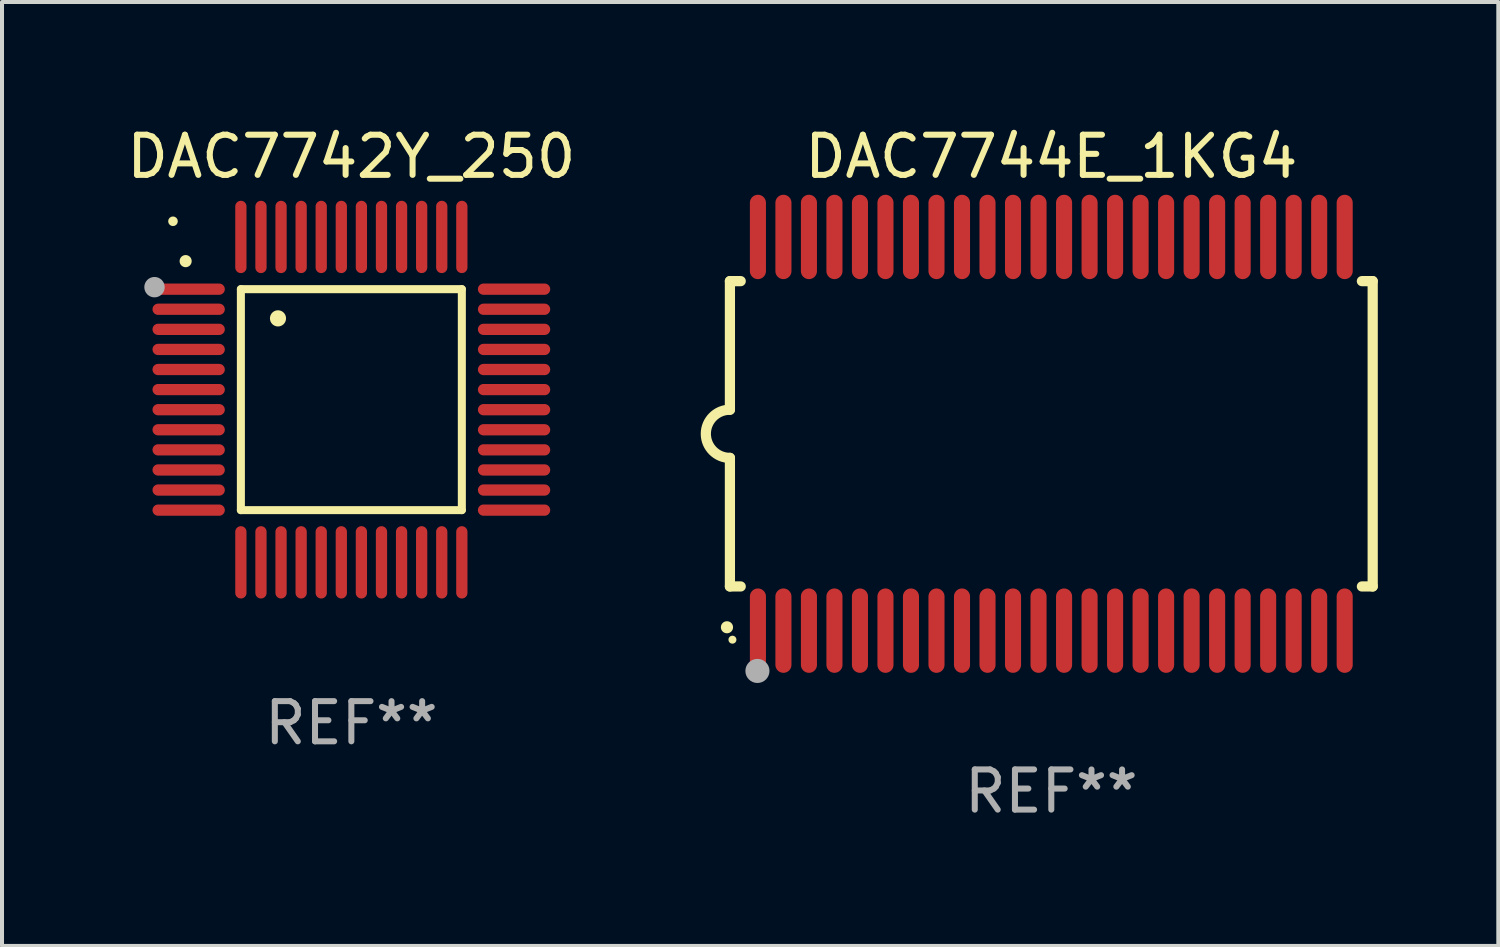
<source format=kicad_pcb>
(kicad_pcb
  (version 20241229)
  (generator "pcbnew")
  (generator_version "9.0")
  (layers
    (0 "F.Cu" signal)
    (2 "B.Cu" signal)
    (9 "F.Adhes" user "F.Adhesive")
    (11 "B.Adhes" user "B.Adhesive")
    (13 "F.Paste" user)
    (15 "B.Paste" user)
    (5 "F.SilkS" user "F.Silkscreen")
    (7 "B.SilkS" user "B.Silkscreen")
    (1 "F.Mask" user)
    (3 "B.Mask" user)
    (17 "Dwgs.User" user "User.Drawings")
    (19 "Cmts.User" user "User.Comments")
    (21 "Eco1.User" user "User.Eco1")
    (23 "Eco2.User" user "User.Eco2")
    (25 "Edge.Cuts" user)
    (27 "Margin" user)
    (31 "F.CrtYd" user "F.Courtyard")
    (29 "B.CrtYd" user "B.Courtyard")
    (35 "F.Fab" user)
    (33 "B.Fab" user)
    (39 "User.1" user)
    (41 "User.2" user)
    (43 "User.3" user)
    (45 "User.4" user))
  (footprint "DAC7744E_1KG4"
    (layer "F.Cu")
    (at 23.119 7.748)
    (property "Reference" "DAC7744E_1KG4" (at 0 -6.9 0) (layer "F.SilkS") (effects (font (size 1 1) (thickness 0.15))))
    (attr through_hole)
    (fp_line (start -8 -3.8) (end -8 -0.599) (stroke (width 0.254) (type solid)) (layer "F.SilkS"))
    (fp_line (start -8 -3.8) (end -7.731 -3.8) (stroke (width 0.254) (type solid)) (layer "F.SilkS"))
    (fp_line (start -8 3.8) (end -8 0.599) (stroke (width 0.254) (type solid)) (layer "F.SilkS"))
    (fp_line (start -7.731 3.8) (end -8 3.8) (stroke (width 0.254) (type solid)) (layer "F.SilkS"))
    (fp_line (start 7.731 -3.8) (end 8 -3.8) (stroke (width 0.254) (type solid)) (layer "F.SilkS"))
    (fp_line (start 8 -3.8) (end 8 3.8) (stroke (width 0.254) (type solid)) (layer "F.SilkS"))
    (fp_line (start 8 3.8) (end 7.731 3.8) (stroke (width 0.254) (type solid)) (layer "F.SilkS"))
    (fp_arc (start -8.074676 4.81585) (mid -8.073406 4.815845) (end -8.072136 4.81585) (stroke (width 0.3) (type solid)) (layer "F.SilkS"))
    (fp_arc (start -8.000025 0.6) (mid -8.598908 0.00056) (end -8.000027 -0.598882) (stroke (width 0.254001) (type solid)) (layer "F.SilkS"))
    (fp_circle (center -7.937 5.125) (end -7.887 5.125) (stroke (width 0.1) (type solid)) (fill no) (layer "F.SilkS"))
    (fp_circle (center -7.315 5.903) (end -7.165 5.903) (stroke (width 0.3) (type solid)) (fill no) (layer "F.Fab"))
    (fp_text user "REF**" (at 0 8.9 0) (layer "F.Fab") (effects (font (size 1 1) (thickness 0.15))))
    (pad "1" smd oval (at -7.303 4.9) (size 0.4 2.1) (layers "F.Cu" "F.Mask" "F.Paste"))
    (pad "2" smd oval (at -6.668 4.9) (size 0.4 2.1) (layers "F.Cu" "F.Mask" "F.Paste"))
    (pad "3" smd oval (at -6.033 4.9) (size 0.4 2.1) (layers "F.Cu" "F.Mask" "F.Paste"))
    (pad "4" smd oval (at -5.398 4.9) (size 0.4 2.1) (layers "F.Cu" "F.Mask" "F.Paste"))
    (pad "5" smd oval (at -4.763 4.9) (size 0.4 2.1) (layers "F.Cu" "F.Mask" "F.Paste"))
    (pad "6" smd oval (at -4.128 4.9) (size 0.4 2.1) (layers "F.Cu" "F.Mask" "F.Paste"))
    (pad "7" smd oval (at -3.493 4.9) (size 0.4 2.1) (layers "F.Cu" "F.Mask" "F.Paste"))
    (pad "8" smd oval (at -2.858 4.9) (size 0.4 2.1) (layers "F.Cu" "F.Mask" "F.Paste"))
    (pad "9" smd oval (at -2.223 4.9) (size 0.4 2.1) (layers "F.Cu" "F.Mask" "F.Paste"))
    (pad "10" smd oval (at -1.588 4.9) (size 0.4 2.1) (layers "F.Cu" "F.Mask" "F.Paste"))
    (pad "11" smd oval (at -0.953 4.9) (size 0.4 2.1) (layers "F.Cu" "F.Mask" "F.Paste"))
    (pad "12" smd oval (at -0.318 4.9) (size 0.4 2.1) (layers "F.Cu" "F.Mask" "F.Paste"))
    (pad "13" smd oval (at 0.318 4.9) (size 0.4 2.1) (layers "F.Cu" "F.Mask" "F.Paste"))
    (pad "14" smd oval (at 0.953 4.9) (size 0.4 2.1) (layers "F.Cu" "F.Mask" "F.Paste"))
    (pad "15" smd oval (at 1.588 4.9) (size 0.4 2.1) (layers "F.Cu" "F.Mask" "F.Paste"))
    (pad "16" smd oval (at 2.223 4.9) (size 0.4 2.1) (layers "F.Cu" "F.Mask" "F.Paste"))
    (pad "17" smd oval (at 2.858 4.9) (size 0.4 2.1) (layers "F.Cu" "F.Mask" "F.Paste"))
    (pad "18" smd oval (at 3.493 4.9) (size 0.4 2.1) (layers "F.Cu" "F.Mask" "F.Paste"))
    (pad "19" smd oval (at 4.128 4.9) (size 0.4 2.1) (layers "F.Cu" "F.Mask" "F.Paste"))
    (pad "20" smd oval (at 4.763 4.9) (size 0.4 2.1) (layers "F.Cu" "F.Mask" "F.Paste"))
    (pad "21" smd oval (at 5.398 4.9) (size 0.4 2.1) (layers "F.Cu" "F.Mask" "F.Paste"))
    (pad "22" smd oval (at 6.033 4.9) (size 0.4 2.1) (layers "F.Cu" "F.Mask" "F.Paste"))
    (pad "23" smd oval (at 6.668 4.9) (size 0.4 2.1) (layers "F.Cu" "F.Mask" "F.Paste"))
    (pad "24" smd oval (at 7.303 4.9) (size 0.4 2.1) (layers "F.Cu" "F.Mask" "F.Paste"))
    (pad "25" smd oval (at 7.303 -4.9 180) (size 0.4 2.1) (layers "F.Cu" "F.Mask" "F.Paste"))
    (pad "26" smd oval (at 6.668 -4.9 180) (size 0.4 2.1) (layers "F.Cu" "F.Mask" "F.Paste"))
    (pad "27" smd oval (at 6.033 -4.9 180) (size 0.4 2.1) (layers "F.Cu" "F.Mask" "F.Paste"))
    (pad "28" smd oval (at 5.398 -4.9 180) (size 0.4 2.1) (layers "F.Cu" "F.Mask" "F.Paste"))
    (pad "29" smd oval (at 4.763 -4.9 180) (size 0.4 2.1) (layers "F.Cu" "F.Mask" "F.Paste"))
    (pad "30" smd oval (at 4.128 -4.9 180) (size 0.4 2.1) (layers "F.Cu" "F.Mask" "F.Paste"))
    (pad "31" smd oval (at 3.493 -4.9 180) (size 0.4 2.1) (layers "F.Cu" "F.Mask" "F.Paste"))
    (pad "32" smd oval (at 2.858 -4.9 180) (size 0.4 2.1) (layers "F.Cu" "F.Mask" "F.Paste"))
    (pad "33" smd oval (at 2.223 -4.9 180) (size 0.4 2.1) (layers "F.Cu" "F.Mask" "F.Paste"))
    (pad "34" smd oval (at 1.588 -4.9 180) (size 0.4 2.1) (layers "F.Cu" "F.Mask" "F.Paste"))
    (pad "35" smd oval (at 0.953 -4.9 180) (size 0.4 2.1) (layers "F.Cu" "F.Mask" "F.Paste"))
    (pad "36" smd oval (at 0.318 -4.9 180) (size 0.4 2.1) (layers "F.Cu" "F.Mask" "F.Paste"))
    (pad "37" smd oval (at -0.318 -4.9 180) (size 0.4 2.1) (layers "F.Cu" "F.Mask" "F.Paste"))
    (pad "38" smd oval (at -0.953 -4.9 180) (size 0.4 2.1) (layers "F.Cu" "F.Mask" "F.Paste"))
    (pad "39" smd oval (at -1.588 -4.9 180) (size 0.4 2.1) (layers "F.Cu" "F.Mask" "F.Paste"))
    (pad "40" smd oval (at -2.223 -4.9 180) (size 0.4 2.1) (layers "F.Cu" "F.Mask" "F.Paste"))
    (pad "41" smd oval (at -2.858 -4.9 180) (size 0.4 2.1) (layers "F.Cu" "F.Mask" "F.Paste"))
    (pad "42" smd oval (at -3.493 -4.9 180) (size 0.4 2.1) (layers "F.Cu" "F.Mask" "F.Paste"))
    (pad "43" smd oval (at -4.128 -4.9 180) (size 0.4 2.1) (layers "F.Cu" "F.Mask" "F.Paste"))
    (pad "44" smd oval (at -4.763 -4.9 180) (size 0.4 2.1) (layers "F.Cu" "F.Mask" "F.Paste"))
    (pad "45" smd oval (at -5.398 -4.9 180) (size 0.4 2.1) (layers "F.Cu" "F.Mask" "F.Paste"))
    (pad "46" smd oval (at -6.033 -4.9 180) (size 0.4 2.1) (layers "F.Cu" "F.Mask" "F.Paste"))
    (pad "47" smd oval (at -6.668 -4.9 180) (size 0.4 2.1) (layers "F.Cu" "F.Mask" "F.Paste"))
    (pad "48" smd oval (at -7.303 -4.9 180) (size 0.4 2.1) (layers "F.Cu" "F.Mask" "F.Paste")))
  (footprint "DAC7742Y_250"
    (layer "F.Cu")
    (at 5.696 6.898)
    (property "Reference" "DAC7742Y_250" (at 0 -6.05 0) (layer "F.SilkS") (effects (font (size 1 1) (thickness 0.15))))
    (attr through_hole)
    (fp_line (start -2.75 -2.75) (end 2.75 -2.75) (stroke (width 0.2) (type solid)) (layer "F.SilkS"))
    (fp_line (start -2.75 2.75) (end -2.75 -2.75) (stroke (width 0.2) (type solid)) (layer "F.SilkS"))
    (fp_line (start 2.75 -2.75) (end 2.75 2.75) (stroke (width 0.2) (type solid)) (layer "F.SilkS"))
    (fp_line (start 2.75 2.75) (end -2.75 2.75) (stroke (width 0.2) (type solid)) (layer "F.SilkS"))
    (fp_arc (start -4.124968 -3.446787) (mid -4.124973 -3.448057) (end -4.124968 -3.449327) (stroke (width 0.3) (type solid)) (layer "F.SilkS"))
    (fp_arc (start -1.826264 -2.021844) (mid -1.826268 -2.023114) (end -1.826264 -2.024384) (stroke (width 0.4) (type solid)) (layer "F.SilkS"))
    (fp_circle (center -4.44 -4.44) (end -4.38 -4.44) (stroke (width 0.12) (type solid)) (fill no) (layer "F.SilkS"))
    (fp_circle (center -4.9 -2.8) (end -4.773 -2.8) (stroke (width 0.254) (type solid)) (fill no) (layer "F.Fab"))
    (fp_text user "REF**" (at 0 8.05 0) (layer "F.Fab") (effects (font (size 1 1) (thickness 0.15))))
    (pad "1" smd oval (at -4.05 -2.75 90) (size 0.28 1.8) (layers "F.Cu" "F.Mask" "F.Paste"))
    (pad "2" smd oval (at -4.05 -2.25 90) (size 0.28 1.8) (layers "F.Cu" "F.Mask" "F.Paste"))
    (pad "3" smd oval (at -4.05 -1.75 90) (size 0.28 1.8) (layers "F.Cu" "F.Mask" "F.Paste"))
    (pad "4" smd oval (at -4.05 -1.25 90) (size 0.28 1.8) (layers "F.Cu" "F.Mask" "F.Paste"))
    (pad "5" smd oval (at -4.05 -0.75 90) (size 0.28 1.8) (layers "F.Cu" "F.Mask" "F.Paste"))
    (pad "6" smd oval (at -4.05 -0.25 90) (size 0.28 1.8) (layers "F.Cu" "F.Mask" "F.Paste"))
    (pad "7" smd oval (at -4.05 0.25 90) (size 0.28 1.8) (layers "F.Cu" "F.Mask" "F.Paste"))
    (pad "8" smd oval (at -4.05 0.75 90) (size 0.28 1.8) (layers "F.Cu" "F.Mask" "F.Paste"))
    (pad "9" smd oval (at -4.05 1.25 90) (size 0.28 1.8) (layers "F.Cu" "F.Mask" "F.Paste"))
    (pad "10" smd oval (at -4.05 1.75 90) (size 0.28 1.8) (layers "F.Cu" "F.Mask" "F.Paste"))
    (pad "11" smd oval (at -4.05 2.25 90) (size 0.28 1.8) (layers "F.Cu" "F.Mask" "F.Paste"))
    (pad "12" smd oval (at -4.05 2.75 90) (size 0.28 1.8) (layers "F.Cu" "F.Mask" "F.Paste"))
    (pad "13" smd oval (at -2.75 4.05) (size 0.28 1.8) (layers "F.Cu" "F.Mask" "F.Paste"))
    (pad "14" smd oval (at -2.25 4.05) (size 0.28 1.8) (layers "F.Cu" "F.Mask" "F.Paste"))
    (pad "15" smd oval (at -1.75 4.05) (size 0.28 1.8) (layers "F.Cu" "F.Mask" "F.Paste"))
    (pad "16" smd oval (at -1.25 4.05) (size 0.28 1.8) (layers "F.Cu" "F.Mask" "F.Paste"))
    (pad "17" smd oval (at -0.75 4.05) (size 0.28 1.8) (layers "F.Cu" "F.Mask" "F.Paste"))
    (pad "18" smd oval (at -0.25 4.05) (size 0.28 1.8) (layers "F.Cu" "F.Mask" "F.Paste"))
    (pad "19" smd oval (at 0.25 4.05) (size 0.28 1.8) (layers "F.Cu" "F.Mask" "F.Paste"))
    (pad "20" smd oval (at 0.75 4.05) (size 0.28 1.8) (layers "F.Cu" "F.Mask" "F.Paste"))
    (pad "21" smd oval (at 1.25 4.05) (size 0.28 1.8) (layers "F.Cu" "F.Mask" "F.Paste"))
    (pad "22" smd oval (at 1.75 4.05) (size 0.28 1.8) (layers "F.Cu" "F.Mask" "F.Paste"))
    (pad "23" smd oval (at 2.25 4.05) (size 0.28 1.8) (layers "F.Cu" "F.Mask" "F.Paste"))
    (pad "24" smd oval (at 2.75 4.05) (size 0.28 1.8) (layers "F.Cu" "F.Mask" "F.Paste"))
    (pad "25" smd oval (at 4.05 2.75 90) (size 0.28 1.8) (layers "F.Cu" "F.Mask" "F.Paste"))
    (pad "26" smd oval (at 4.05 2.25 90) (size 0.28 1.8) (layers "F.Cu" "F.Mask" "F.Paste"))
    (pad "27" smd oval (at 4.05 1.75 90) (size 0.28 1.8) (layers "F.Cu" "F.Mask" "F.Paste"))
    (pad "28" smd oval (at 4.05 1.25 90) (size 0.28 1.8) (layers "F.Cu" "F.Mask" "F.Paste"))
    (pad "29" smd oval (at 4.05 0.75 90) (size 0.28 1.8) (layers "F.Cu" "F.Mask" "F.Paste"))
    (pad "30" smd oval (at 4.05 0.25 90) (size 0.28 1.8) (layers "F.Cu" "F.Mask" "F.Paste"))
    (pad "31" smd oval (at 4.05 -0.25 90) (size 0.28 1.8) (layers "F.Cu" "F.Mask" "F.Paste"))
    (pad "32" smd oval (at 4.05 -0.75 90) (size 0.28 1.8) (layers "F.Cu" "F.Mask" "F.Paste"))
    (pad "33" smd oval (at 4.05 -1.25 90) (size 0.28 1.8) (layers "F.Cu" "F.Mask" "F.Paste"))
    (pad "34" smd oval (at 4.05 -1.75 90) (size 0.28 1.8) (layers "F.Cu" "F.Mask" "F.Paste"))
    (pad "35" smd oval (at 4.05 -2.25 90) (size 0.28 1.8) (layers "F.Cu" "F.Mask" "F.Paste"))
    (pad "36" smd oval (at 4.05 -2.75 90) (size 0.28 1.8) (layers "F.Cu" "F.Mask" "F.Paste"))
    (pad "37" smd oval (at 2.75 -4.05) (size 0.28 1.8) (layers "F.Cu" "F.Mask" "F.Paste"))
    (pad "38" smd oval (at 2.25 -4.05) (size 0.28 1.8) (layers "F.Cu" "F.Mask" "F.Paste"))
    (pad "39" smd oval (at 1.75 -4.05) (size 0.28 1.8) (layers "F.Cu" "F.Mask" "F.Paste"))
    (pad "40" smd oval (at 1.25 -4.05) (size 0.28 1.8) (layers "F.Cu" "F.Mask" "F.Paste"))
    (pad "41" smd oval (at 0.75 -4.05) (size 0.28 1.8) (layers "F.Cu" "F.Mask" "F.Paste"))
    (pad "42" smd oval (at 0.25 -4.05) (size 0.28 1.8) (layers "F.Cu" "F.Mask" "F.Paste"))
    (pad "43" smd oval (at -0.25 -4.05) (size 0.28 1.8) (layers "F.Cu" "F.Mask" "F.Paste"))
    (pad "44" smd oval (at -0.75 -4.05) (size 0.28 1.8) (layers "F.Cu" "F.Mask" "F.Paste"))
    (pad "45" smd oval (at -1.25 -4.05) (size 0.28 1.8) (layers "F.Cu" "F.Mask" "F.Paste"))
    (pad "46" smd oval (at -1.75 -4.05) (size 0.28 1.8) (layers "F.Cu" "F.Mask" "F.Paste"))
    (pad "47" smd oval (at -2.25 -4.05) (size 0.28 1.8) (layers "F.Cu" "F.Mask" "F.Paste"))
    (pad "48" smd oval (at -2.75 -4.05) (size 0.28 1.8) (layers "F.Cu" "F.Mask" "F.Paste")))
  (gr_rect
    (start -3 -3)
    (end 34.246 20.496)
    (stroke (width 0.1) (type default))
    (fill no)
    (layer "Edge.Cuts")))
</source>
